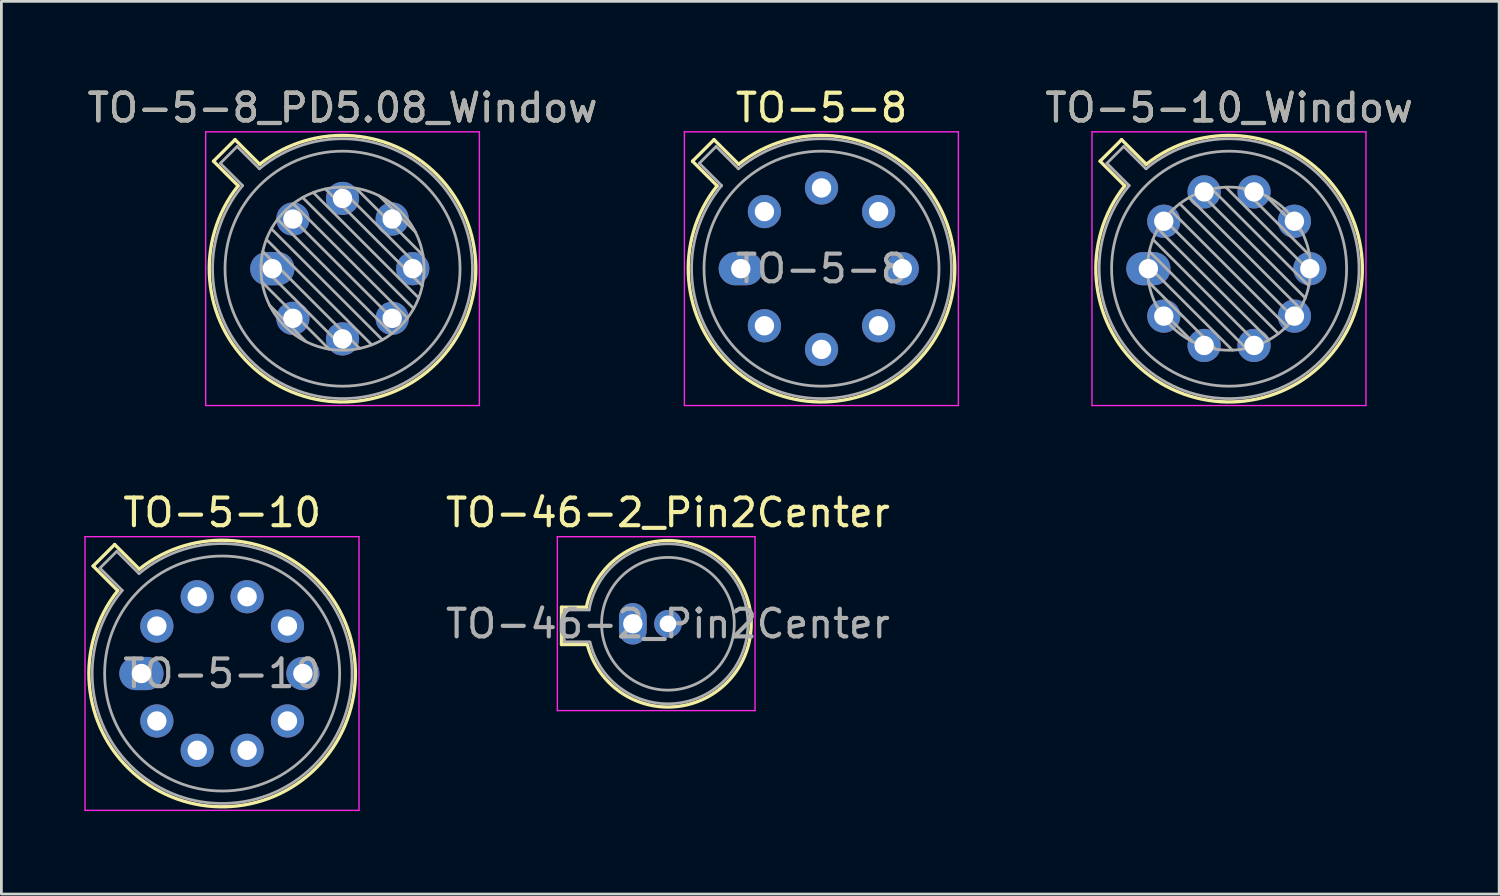
<source format=kicad_pcb>
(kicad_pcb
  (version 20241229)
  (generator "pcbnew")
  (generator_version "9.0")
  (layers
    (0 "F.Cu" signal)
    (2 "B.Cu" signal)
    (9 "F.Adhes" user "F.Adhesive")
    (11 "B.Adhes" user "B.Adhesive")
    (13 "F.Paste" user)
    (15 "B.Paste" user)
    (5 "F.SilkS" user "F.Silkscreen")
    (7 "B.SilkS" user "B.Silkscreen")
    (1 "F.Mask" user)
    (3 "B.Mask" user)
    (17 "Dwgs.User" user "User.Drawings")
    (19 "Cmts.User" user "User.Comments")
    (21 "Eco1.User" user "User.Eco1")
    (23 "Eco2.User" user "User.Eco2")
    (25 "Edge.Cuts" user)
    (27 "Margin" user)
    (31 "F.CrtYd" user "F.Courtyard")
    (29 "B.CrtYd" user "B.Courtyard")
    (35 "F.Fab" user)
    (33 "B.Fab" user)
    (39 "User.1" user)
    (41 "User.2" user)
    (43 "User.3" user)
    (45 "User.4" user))
  (footprint "TO-5-10_Window"
    (layer "F.Cu")
    (at 38.486 6.668)
    (property "Reference" "TO-5-10_Window" (at 2.92 -5.82 0) (layer "F.SilkS") (effects (font (size 1 1) (thickness 0.15))))
    (attr through_hole)
    (fp_line (start -1.746 -3.888) (end -0.855 -2.997) (stroke (width 0.12) (type solid)) (layer "F.SilkS"))
    (fp_line (start -0.968 -4.666) (end -1.746 -3.888) (stroke (width 0.12) (type solid)) (layer "F.SilkS"))
    (fp_line (start -0.077 -3.775) (end -0.968 -4.666) (stroke (width 0.12) (type solid)) (layer "F.SilkS"))
    (fp_arc (start -0.077084 -3.774902) (mid 6.328125 3.408384) (end -0.854674 -2.997371) (stroke (width 0.12) (type solid)) (layer "F.SilkS"))
    (fp_line (start -2.04 -4.95) (end -2.04 4.95) (stroke (width 0.05) (type solid)) (layer "F.CrtYd"))
    (fp_line (start -2.04 4.95) (end 7.87 4.95) (stroke (width 0.05) (type solid)) (layer "F.CrtYd"))
    (fp_line (start 7.87 -4.95) (end -2.04 -4.95) (stroke (width 0.05) (type solid)) (layer "F.CrtYd"))
    (fp_line (start 7.87 4.95) (end 7.87 -4.95) (stroke (width 0.05) (type solid)) (layer "F.CrtYd"))
    (fp_line (start -1.5 -3.812) (end -0.694 -3.005) (stroke (width 0.1) (type solid)) (layer "F.Fab"))
    (fp_line (start -0.892 -4.42) (end -1.5 -3.812) (stroke (width 0.1) (type solid)) (layer "F.Fab"))
    (fp_line (start -0.085 -3.614) (end -0.892 -4.42) (stroke (width 0.1) (type solid)) (layer "F.Fab"))
    (fp_line (start -0.028 -0.12) (end 3.04 2.948) (stroke (width 0.1) (type solid)) (layer "F.Fab"))
    (fp_line (start 0.009 0.485) (end 2.435 2.911) (stroke (width 0.1) (type solid)) (layer "F.Fab"))
    (fp_line (start 0.036 -0.622) (end 3.542 2.884) (stroke (width 0.1) (type solid)) (layer "F.Fab"))
    (fp_line (start 0.165 -1.058) (end 3.978 2.755) (stroke (width 0.1) (type solid)) (layer "F.Fab"))
    (fp_line (start 0.283 1.324) (end 1.596 2.637) (stroke (width 0.1) (type solid)) (layer "F.Fab"))
    (fp_line (start 0.346 -1.443) (end 4.363 2.574) (stroke (width 0.1) (type solid)) (layer "F.Fab"))
    (fp_line (start 0.57 -1.784) (end 4.704 2.35) (stroke (width 0.1) (type solid)) (layer "F.Fab"))
    (fp_line (start 0.834 -2.086) (end 5.006 2.086) (stroke (width 0.1) (type solid)) (layer "F.Fab"))
    (fp_line (start 1.136 -2.35) (end 5.27 1.784) (stroke (width 0.1) (type solid)) (layer "F.Fab"))
    (fp_line (start 1.477 -2.574) (end 5.494 1.443) (stroke (width 0.1) (type solid)) (layer "F.Fab"))
    (fp_line (start 1.862 -2.755) (end 5.675 1.058) (stroke (width 0.1) (type solid)) (layer "F.Fab"))
    (fp_line (start 2.298 -2.884) (end 5.804 0.622) (stroke (width 0.1) (type solid)) (layer "F.Fab"))
    (fp_line (start 2.8 -2.948) (end 5.868 0.12) (stroke (width 0.1) (type solid)) (layer "F.Fab"))
    (fp_line (start 3.405 -2.911) (end 5.831 -0.485) (stroke (width 0.1) (type solid)) (layer "F.Fab"))
    (fp_line (start 4.244 -2.637) (end 5.557 -1.324) (stroke (width 0.1) (type solid)) (layer "F.Fab"))
    (fp_arc (start -0.085408 -3.61352) (mid 6.243443 3.323361) (end -0.693594 -3.005319) (stroke (width 0.1) (type solid)) (layer "F.Fab"))
    (fp_circle (center 2.92 0) (end 5.87 0) (stroke (width 0.1) (type solid)) (fill no) (layer "F.Fab"))
    (fp_circle (center 2.92 0) (end 7.17 0) (stroke (width 0.1) (type solid)) (fill no) (layer "F.Fab"))
    (fp_text user "${REFERENCE}" (at 2.92 -5.82 0) (layer "F.Fab") (effects (font (size 1 1) (thickness 0.15))))
    (pad "1" thru_hole oval (at 0 0) (size 1.6 1.2) (drill 0.7) (layers "*.Cu" "*.Mask"))
    (pad "2" thru_hole oval (at 0.558 1.716) (size 1.2 1.2) (drill 0.7) (layers "*.Cu" "*.Mask"))
    (pad "3" thru_hole oval (at 2.018 2.777) (size 1.2 1.2) (drill 0.7) (layers "*.Cu" "*.Mask"))
    (pad "4" thru_hole oval (at 3.822 2.777) (size 1.2 1.2) (drill 0.7) (layers "*.Cu" "*.Mask"))
    (pad "5" thru_hole oval (at 5.282 1.716) (size 1.2 1.2) (drill 0.7) (layers "*.Cu" "*.Mask"))
    (pad "6" thru_hole oval (at 5.84 0) (size 1.2 1.2) (drill 0.7) (layers "*.Cu" "*.Mask"))
    (pad "7" thru_hole oval (at 5.282 -1.716) (size 1.2 1.2) (drill 0.7) (layers "*.Cu" "*.Mask"))
    (pad "8" thru_hole oval (at 3.822 -2.777) (size 1.2 1.2) (drill 0.7) (layers "*.Cu" "*.Mask"))
    (pad "9" thru_hole oval (at 2.018 -2.777) (size 1.2 1.2) (drill 0.7) (layers "*.Cu" "*.Mask"))
    (pad "10" thru_hole oval (at 0.558 -1.716) (size 1.2 1.2) (drill 0.7) (layers "*.Cu" "*.Mask")))
  (footprint "TO-46-2_Pin2Center"
    (layer "F.Cu")
    (at 19.839 19.512)
    (property "Reference" "TO-46-2_Pin2Center" (at 1.27 -4.02 0) (layer "F.SilkS") (effects (font (size 1 1) (thickness 0.15))))
    (attr through_hole)
    (fp_line (start -2.58 -0.6) (end -2.58 0.75) (stroke (width 0.12) (type solid)) (layer "F.SilkS"))
    (fp_line (start -2.58 0.75) (end -1.68 0.75) (stroke (width 0.12) (type solid)) (layer "F.SilkS"))
    (fp_line (start -1.68 -0.6) (end -2.58 -0.6) (stroke (width 0.12) (type solid)) (layer "F.SilkS"))
    (fp_arc (start -1.68 -0.6) (mid 4.279362 -0.078985) (end -1.644465 0.753918) (stroke (width 0.12) (type solid)) (layer "F.SilkS"))
    (fp_line (start -2.73 -3.15) (end -2.73 3.14) (stroke (width 0.05) (type solid)) (layer "F.CrtYd"))
    (fp_line (start -2.73 -3.15) (end 4.42 -3.15) (stroke (width 0.05) (type solid)) (layer "F.CrtYd"))
    (fp_line (start 4.42 3.14) (end -2.73 3.14) (stroke (width 0.05) (type solid)) (layer "F.CrtYd"))
    (fp_line (start 4.42 3.14) (end 4.42 -3.15) (stroke (width 0.05) (type solid)) (layer "F.CrtYd"))
    (fp_line (start -2.48 -0.5) (end -2.48 0.65) (stroke (width 0.1) (type solid)) (layer "F.Fab"))
    (fp_line (start -2.48 0.65) (end -1.58 0.65) (stroke (width 0.1) (type solid)) (layer "F.Fab"))
    (fp_line (start -1.58 -0.5) (end -2.48 -0.5) (stroke (width 0.1) (type solid)) (layer "F.Fab"))
    (fp_arc (start -1.58 -0.5) (mid 4.1624 -0.08076) (end -1.54766 0.65825) (stroke (width 0.1) (type solid)) (layer "F.Fab"))
    (fp_circle (center 1.27 0) (end 3.67 0) (stroke (width 0.1) (type solid)) (fill no) (layer "F.Fab"))
    (fp_text user "${REFERENCE}" (at 1.27 0 0) (layer "F.Fab") (effects (font (size 1 1) (thickness 0.15))))
    (pad "1" thru_hole oval (at 0 0 90) (size 1.5 1) (drill 0.7) (layers "*.Cu" "*.Mask"))
    (pad "2" thru_hole oval (at 1.27 0) (size 1 1) (drill 0.6) (layers "*.Cu" "*.Mask")))
  (footprint "TO-5-8"
    (layer "F.Cu")
    (at 23.744 6.668)
    (property "Reference" "TO-5-8" (at 2.92 -5.82 0) (layer "F.SilkS") (effects (font (size 1 1) (thickness 0.15))))
    (attr through_hole)
    (fp_line (start -1.746 -3.888) (end -0.855 -2.997) (stroke (width 0.12) (type solid)) (layer "F.SilkS"))
    (fp_line (start -0.968 -4.666) (end -1.746 -3.888) (stroke (width 0.12) (type solid)) (layer "F.SilkS"))
    (fp_line (start -0.077 -3.775) (end -0.968 -4.666) (stroke (width 0.12) (type solid)) (layer "F.SilkS"))
    (fp_arc (start -0.077084 -3.774902) (mid 6.328125 3.408384) (end -0.854674 -2.997371) (stroke (width 0.12) (type solid)) (layer "F.SilkS"))
    (fp_line (start -2.04 -4.95) (end -2.04 4.95) (stroke (width 0.05) (type solid)) (layer "F.CrtYd"))
    (fp_line (start -2.04 4.95) (end 7.87 4.95) (stroke (width 0.05) (type solid)) (layer "F.CrtYd"))
    (fp_line (start 7.87 -4.95) (end -2.04 -4.95) (stroke (width 0.05) (type solid)) (layer "F.CrtYd"))
    (fp_line (start 7.87 4.95) (end 7.87 -4.95) (stroke (width 0.05) (type solid)) (layer "F.CrtYd"))
    (fp_line (start -1.5 -3.812) (end -0.694 -3.005) (stroke (width 0.1) (type solid)) (layer "F.Fab"))
    (fp_line (start -0.892 -4.42) (end -1.5 -3.812) (stroke (width 0.1) (type solid)) (layer "F.Fab"))
    (fp_line (start -0.085 -3.614) (end -0.892 -4.42) (stroke (width 0.1) (type solid)) (layer "F.Fab"))
    (fp_arc (start -0.085408 -3.61352) (mid 6.243443 3.323361) (end -0.693594 -3.005319) (stroke (width 0.1) (type solid)) (layer "F.Fab"))
    (fp_circle (center 2.92 0) (end 7.17 0) (stroke (width 0.1) (type solid)) (fill no) (layer "F.Fab"))
    (fp_text user "${REFERENCE}" (at 2.92 0 0) (layer "F.Fab") (effects (font (size 1 1) (thickness 0.15))))
    (pad "1" thru_hole oval (at 0 0) (size 1.6 1.2) (drill 0.7) (layers "*.Cu" "*.Mask"))
    (pad "2" thru_hole oval (at 0.855 2.065) (size 1.2 1.2) (drill 0.7) (layers "*.Cu" "*.Mask"))
    (pad "3" thru_hole oval (at 2.92 2.92) (size 1.2 1.2) (drill 0.7) (layers "*.Cu" "*.Mask"))
    (pad "4" thru_hole oval (at 4.985 2.065) (size 1.2 1.2) (drill 0.7) (layers "*.Cu" "*.Mask"))
    (pad "5" thru_hole oval (at 5.84 0) (size 1.2 1.2) (drill 0.7) (layers "*.Cu" "*.Mask"))
    (pad "6" thru_hole oval (at 4.985 -2.065) (size 1.2 1.2) (drill 0.7) (layers "*.Cu" "*.Mask"))
    (pad "7" thru_hole oval (at 2.92 -2.92) (size 1.2 1.2) (drill 0.7) (layers "*.Cu" "*.Mask"))
    (pad "8" thru_hole oval (at 0.855 -2.065) (size 1.2 1.2) (drill 0.7) (layers "*.Cu" "*.Mask")))
  (footprint "TO-5-10"
    (layer "F.Cu")
    (at 2.065 21.311)
    (property "Reference" "TO-5-10" (at 2.92 -5.82 0) (layer "F.SilkS") (effects (font (size 1 1) (thickness 0.15))))
    (attr through_hole)
    (fp_line (start -1.746 -3.888) (end -0.855 -2.997) (stroke (width 0.12) (type solid)) (layer "F.SilkS"))
    (fp_line (start -0.968 -4.666) (end -1.746 -3.888) (stroke (width 0.12) (type solid)) (layer "F.SilkS"))
    (fp_line (start -0.077 -3.775) (end -0.968 -4.666) (stroke (width 0.12) (type solid)) (layer "F.SilkS"))
    (fp_arc (start -0.077084 -3.774902) (mid 6.328125 3.408384) (end -0.854674 -2.997371) (stroke (width 0.12) (type solid)) (layer "F.SilkS"))
    (fp_line (start -2.04 -4.95) (end -2.04 4.95) (stroke (width 0.05) (type solid)) (layer "F.CrtYd"))
    (fp_line (start -2.04 4.95) (end 7.87 4.95) (stroke (width 0.05) (type solid)) (layer "F.CrtYd"))
    (fp_line (start 7.87 -4.95) (end -2.04 -4.95) (stroke (width 0.05) (type solid)) (layer "F.CrtYd"))
    (fp_line (start 7.87 4.95) (end 7.87 -4.95) (stroke (width 0.05) (type solid)) (layer "F.CrtYd"))
    (fp_line (start -1.5 -3.812) (end -0.694 -3.005) (stroke (width 0.1) (type solid)) (layer "F.Fab"))
    (fp_line (start -0.892 -4.42) (end -1.5 -3.812) (stroke (width 0.1) (type solid)) (layer "F.Fab"))
    (fp_line (start -0.085 -3.614) (end -0.892 -4.42) (stroke (width 0.1) (type solid)) (layer "F.Fab"))
    (fp_arc (start -0.085408 -3.61352) (mid 6.243443 3.323361) (end -0.693594 -3.005319) (stroke (width 0.1) (type solid)) (layer "F.Fab"))
    (fp_circle (center 2.92 0) (end 7.17 0) (stroke (width 0.1) (type solid)) (fill no) (layer "F.Fab"))
    (fp_text user "${REFERENCE}" (at 2.92 0 0) (layer "F.Fab") (effects (font (size 1 1) (thickness 0.15))))
    (pad "1" thru_hole oval (at 0 0) (size 1.6 1.2) (drill 0.7) (layers "*.Cu" "*.Mask"))
    (pad "2" thru_hole oval (at 0.558 1.716) (size 1.2 1.2) (drill 0.7) (layers "*.Cu" "*.Mask"))
    (pad "3" thru_hole oval (at 2.018 2.777) (size 1.2 1.2) (drill 0.7) (layers "*.Cu" "*.Mask"))
    (pad "4" thru_hole oval (at 3.822 2.777) (size 1.2 1.2) (drill 0.7) (layers "*.Cu" "*.Mask"))
    (pad "5" thru_hole oval (at 5.282 1.716) (size 1.2 1.2) (drill 0.7) (layers "*.Cu" "*.Mask"))
    (pad "6" thru_hole oval (at 5.84 0) (size 1.2 1.2) (drill 0.7) (layers "*.Cu" "*.Mask"))
    (pad "7" thru_hole oval (at 5.282 -1.716) (size 1.2 1.2) (drill 0.7) (layers "*.Cu" "*.Mask"))
    (pad "8" thru_hole oval (at 3.822 -2.777) (size 1.2 1.2) (drill 0.7) (layers "*.Cu" "*.Mask"))
    (pad "9" thru_hole oval (at 2.018 -2.777) (size 1.2 1.2) (drill 0.7) (layers "*.Cu" "*.Mask"))
    (pad "10" thru_hole oval (at 0.558 -1.716) (size 1.2 1.2) (drill 0.7) (layers "*.Cu" "*.Mask")))
  (footprint "TO-5-8_PD5.08_Window"
    (layer "F.Cu")
    (at 6.799 6.668)
    (property "Reference" "TO-5-8_PD5.08_Window" (at 2.54 -5.82 0) (layer "F.SilkS") (effects (font (size 1 1) (thickness 0.15))))
    (attr through_hole)
    (fp_line (start -2.126 -3.888) (end -1.235 -2.997) (stroke (width 0.12) (type solid)) (layer "F.SilkS"))
    (fp_line (start -1.348 -4.666) (end -2.126 -3.888) (stroke (width 0.12) (type solid)) (layer "F.SilkS"))
    (fp_line (start -0.457 -3.775) (end -1.348 -4.666) (stroke (width 0.12) (type solid)) (layer "F.SilkS"))
    (fp_arc (start -0.457084 -3.774902) (mid 5.948125 3.408384) (end -1.234674 -2.997371) (stroke (width 0.12) (type solid)) (layer "F.SilkS"))
    (fp_line (start -2.41 -4.95) (end -2.41 4.95) (stroke (width 0.05) (type solid)) (layer "F.CrtYd"))
    (fp_line (start -2.41 4.95) (end 7.49 4.95) (stroke (width 0.05) (type solid)) (layer "F.CrtYd"))
    (fp_line (start 7.49 -4.95) (end -2.41 -4.95) (stroke (width 0.05) (type solid)) (layer "F.CrtYd"))
    (fp_line (start 7.49 4.95) (end 7.49 -4.95) (stroke (width 0.05) (type solid)) (layer "F.CrtYd"))
    (fp_line (start -1.88 -3.812) (end -1.074 -3.005) (stroke (width 0.1) (type solid)) (layer "F.Fab"))
    (fp_line (start -1.272 -4.42) (end -1.88 -3.812) (stroke (width 0.1) (type solid)) (layer "F.Fab"))
    (fp_line (start -0.465 -3.614) (end -1.272 -4.42) (stroke (width 0.1) (type solid)) (layer "F.Fab"))
    (fp_line (start -0.408 -0.12) (end 2.66 2.948) (stroke (width 0.1) (type solid)) (layer "F.Fab"))
    (fp_line (start -0.371 0.485) (end 2.055 2.911) (stroke (width 0.1) (type solid)) (layer "F.Fab"))
    (fp_line (start -0.344 -0.622) (end 3.162 2.884) (stroke (width 0.1) (type solid)) (layer "F.Fab"))
    (fp_line (start -0.215 -1.058) (end 3.598 2.755) (stroke (width 0.1) (type solid)) (layer "F.Fab"))
    (fp_line (start -0.097 1.324) (end 1.216 2.637) (stroke (width 0.1) (type solid)) (layer "F.Fab"))
    (fp_line (start -0.034 -1.443) (end 3.983 2.574) (stroke (width 0.1) (type solid)) (layer "F.Fab"))
    (fp_line (start 0.19 -1.784) (end 4.324 2.35) (stroke (width 0.1) (type solid)) (layer "F.Fab"))
    (fp_line (start 0.454 -2.086) (end 4.626 2.086) (stroke (width 0.1) (type solid)) (layer "F.Fab"))
    (fp_line (start 0.756 -2.35) (end 4.89 1.784) (stroke (width 0.1) (type solid)) (layer "F.Fab"))
    (fp_line (start 1.097 -2.574) (end 5.114 1.443) (stroke (width 0.1) (type solid)) (layer "F.Fab"))
    (fp_line (start 1.482 -2.755) (end 5.295 1.058) (stroke (width 0.1) (type solid)) (layer "F.Fab"))
    (fp_line (start 1.918 -2.884) (end 5.424 0.622) (stroke (width 0.1) (type solid)) (layer "F.Fab"))
    (fp_line (start 2.42 -2.948) (end 5.488 0.12) (stroke (width 0.1) (type solid)) (layer "F.Fab"))
    (fp_line (start 3.025 -2.911) (end 5.451 -0.485) (stroke (width 0.1) (type solid)) (layer "F.Fab"))
    (fp_line (start 3.864 -2.637) (end 5.177 -1.324) (stroke (width 0.1) (type solid)) (layer "F.Fab"))
    (fp_arc (start -0.465408 -3.61352) (mid 5.863443 3.323361) (end -1.073594 -3.005319) (stroke (width 0.1) (type solid)) (layer "F.Fab"))
    (fp_circle (center 2.54 0) (end 5.49 0) (stroke (width 0.1) (type solid)) (fill no) (layer "F.Fab"))
    (fp_circle (center 2.54 0) (end 6.79 0) (stroke (width 0.1) (type solid)) (fill no) (layer "F.Fab"))
    (fp_text user "${REFERENCE}" (at 2.54 -5.82 0) (layer "F.Fab") (effects (font (size 1 1) (thickness 0.15))))
    (pad "1" thru_hole oval (at 0 0) (size 1.6 1.2) (drill 0.7) (layers "*.Cu" "*.Mask"))
    (pad "2" thru_hole oval (at 0.744 1.796) (size 1.2 1.2) (drill 0.7) (layers "*.Cu" "*.Mask"))
    (pad "3" thru_hole oval (at 2.54 2.54) (size 1.2 1.2) (drill 0.7) (layers "*.Cu" "*.Mask"))
    (pad "4" thru_hole oval (at 4.336 1.796) (size 1.2 1.2) (drill 0.7) (layers "*.Cu" "*.Mask"))
    (pad "5" thru_hole oval (at 5.08 0) (size 1.2 1.2) (drill 0.7) (layers "*.Cu" "*.Mask"))
    (pad "6" thru_hole oval (at 4.336 -1.796) (size 1.2 1.2) (drill 0.7) (layers "*.Cu" "*.Mask"))
    (pad "7" thru_hole oval (at 2.54 -2.54) (size 1.2 1.2) (drill 0.7) (layers "*.Cu" "*.Mask"))
    (pad "8" thru_hole oval (at 0.744 -1.796) (size 1.2 1.2) (drill 0.7) (layers "*.Cu" "*.Mask")))
  (gr_rect
    (start -3 -3)
    (end 51.174 29.287)
    (stroke (width 0.1) (type default))
    (fill no)
    (layer "Edge.Cuts")))
</source>
